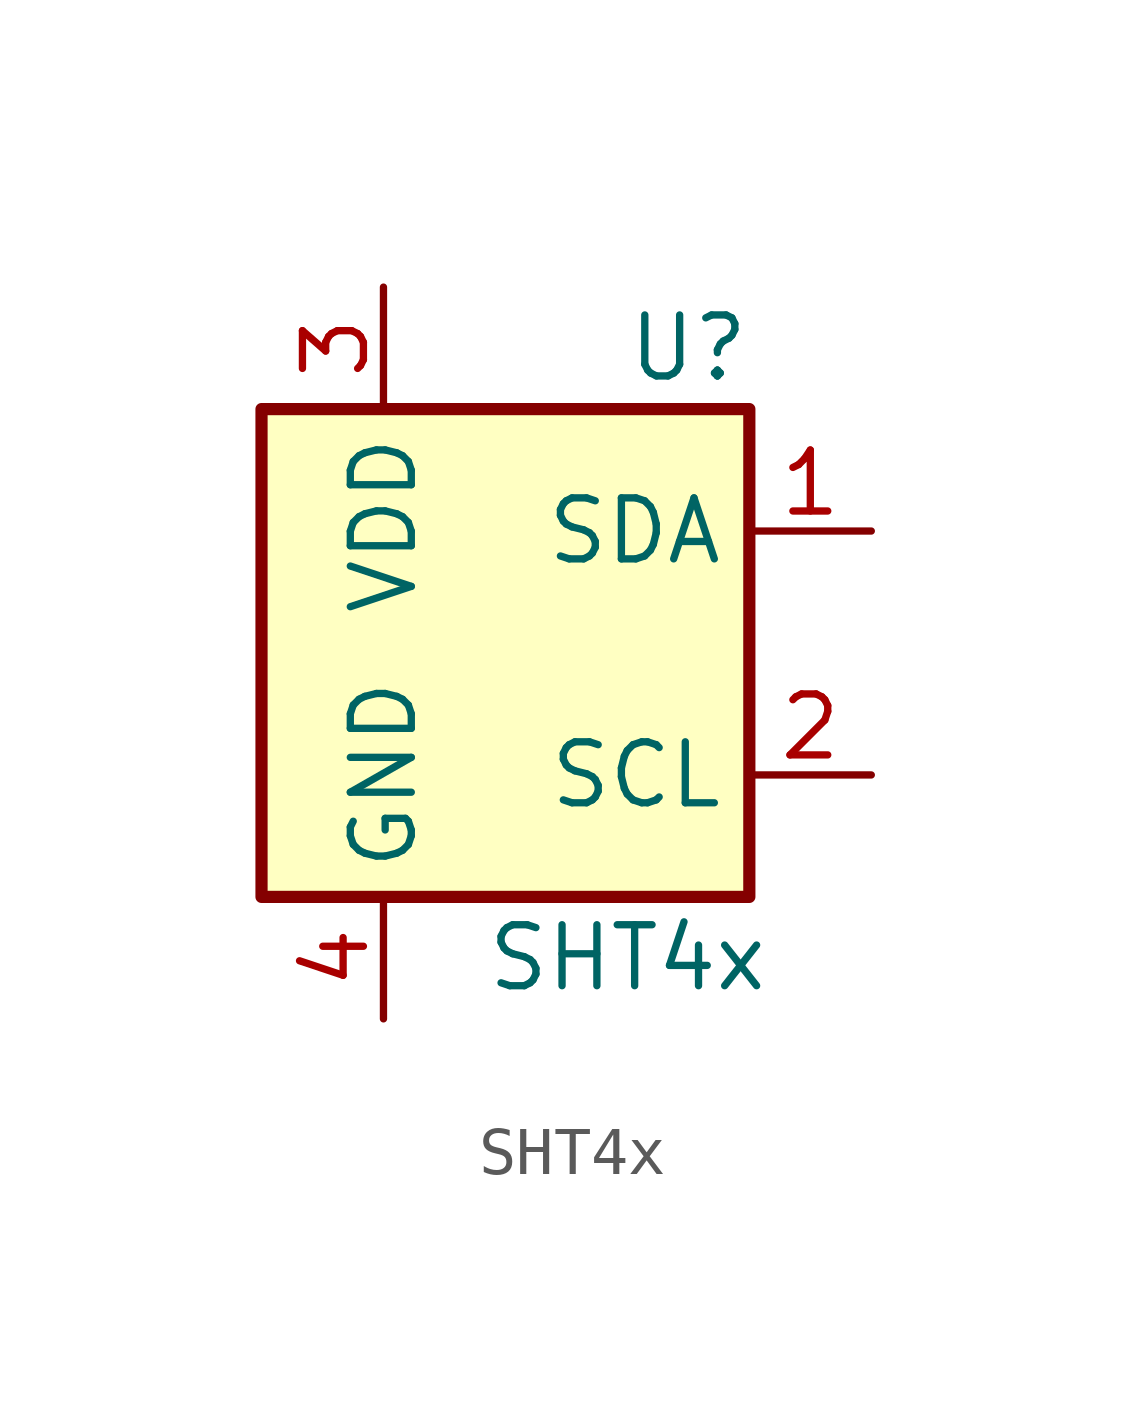
<source format=kicad_sym>
(kicad_symbol_lib
  (version 20211014)
  (generator kicad_symbol_editor)
  (symbol "SHT4x"
    (property "Reference" "U"
      (at 3.81 6.35 0)
      (effects (font (size 1.27 1.27))))
    (property "Value" "SHT4x"
      (at 2.54 -6.35 0)
      (effects (font (size 1.27 1.27))))
    (symbol "SHT4x_0_1"
      (rectangle (start -5.08 5.08) (end 5.08 -5.08) (stroke (width 0.254) (type default) (color 0 0 0 0)) (fill (type background))))
    (symbol "SHT4x_1_1"
      (pin bidirectional line (at 7.62 2.54 180) (length 2.54) (name "SDA" (effects (font (size 1.27 1.27)))) (number "1" (effects (font (size 1.27 1.27)))))
      (pin input line (at 7.62 -2.54 180) (length 2.54) (name "SCL" (effects (font (size 1.27 1.27)))) (number "2" (effects (font (size 1.27 1.27)))))
      (pin power_in line (at -2.54 7.62 270) (length 2.54) (name "VDD" (effects (font (size 1.27 1.27)))) (number "3" (effects (font (size 1.27 1.27)))))
      (pin power_in line (at -2.54 -7.62 90) (length 2.54) (name "GND" (effects (font (size 1.27 1.27)))) (number "4" (effects (font (size 1.27 1.27))))))))
</source>
